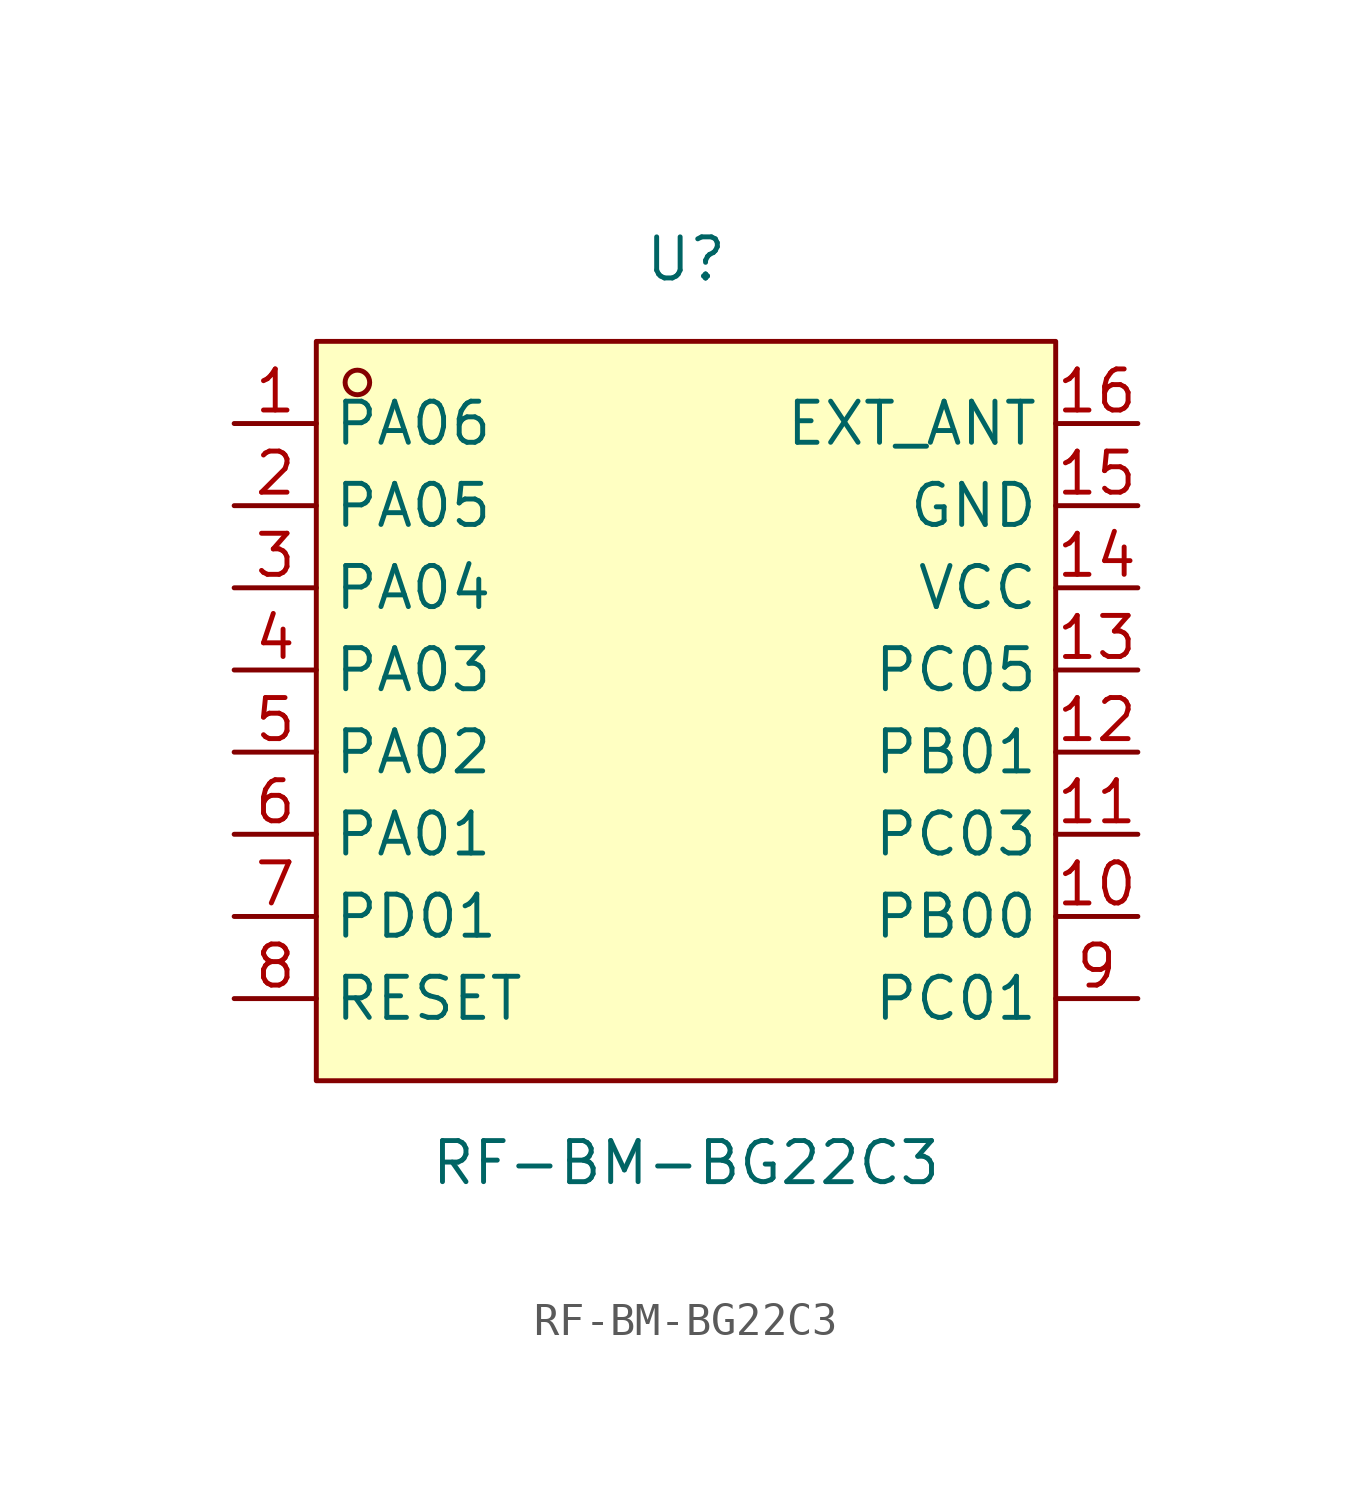
<source format=kicad_sym>
(kicad_symbol_lib
  (version 20211014)
  (generator https://github.com/uPesy/easyeda2kicad.py)
  (symbol "RF-BM-BG22C3"
    (property "Reference" "U"
      (at 0 13.97 0)
      (effects (font (size 1.27 1.27))))
    (property "Value" "RF-BM-BG22C3"
      (at 0 -13.97 0)
      (effects (font (size 1.27 1.27))))
    (symbol "RF-BM-BG22C3_0_1"
      (rectangle (start -11.43 11.43) (end 11.43 -11.43) (stroke (width 0) (type default) (color 0 0 0 0)) (fill (type background)))
      (circle (center -10.16 10.16) (radius 0.38) (stroke (width 0) (type default) (color 0 0 0 0)) (fill (type none)))
      (pin unspecified line (at -13.97 8.89 0) (length 2.54) (name "PA06" (effects (font (size 1.27 1.27)))) (number "1" (effects (font (size 1.27 1.27)))))
      (pin unspecified line (at -13.97 6.35 0) (length 2.54) (name "PA05" (effects (font (size 1.27 1.27)))) (number "2" (effects (font (size 1.27 1.27)))))
      (pin unspecified line (at -13.97 3.81 0) (length 2.54) (name "PA04" (effects (font (size 1.27 1.27)))) (number "3" (effects (font (size 1.27 1.27)))))
      (pin unspecified line (at -13.97 1.27 0) (length 2.54) (name "PA03" (effects (font (size 1.27 1.27)))) (number "4" (effects (font (size 1.27 1.27)))))
      (pin unspecified line (at -13.97 -1.27 0) (length 2.54) (name "PA02" (effects (font (size 1.27 1.27)))) (number "5" (effects (font (size 1.27 1.27)))))
      (pin unspecified line (at -13.97 -3.81 0) (length 2.54) (name "PA01" (effects (font (size 1.27 1.27)))) (number "6" (effects (font (size 1.27 1.27)))))
      (pin unspecified line (at -13.97 -6.35 0) (length 2.54) (name "PD01" (effects (font (size 1.27 1.27)))) (number "7" (effects (font (size 1.27 1.27)))))
      (pin unspecified line (at -13.97 -8.89 0) (length 2.54) (name "RESET" (effects (font (size 1.27 1.27)))) (number "8" (effects (font (size 1.27 1.27)))))
      (pin unspecified line (at 13.97 -8.89 180) (length 2.54) (name "PC01" (effects (font (size 1.27 1.27)))) (number "9" (effects (font (size 1.27 1.27)))))
      (pin unspecified line (at 13.97 -6.35 180) (length 2.54) (name "PB00" (effects (font (size 1.27 1.27)))) (number "10" (effects (font (size 1.27 1.27)))))
      (pin unspecified line (at 13.97 -3.81 180) (length 2.54) (name "PC03" (effects (font (size 1.27 1.27)))) (number "11" (effects (font (size 1.27 1.27)))))
      (pin unspecified line (at 13.97 -1.27 180) (length 2.54) (name "PB01" (effects (font (size 1.27 1.27)))) (number "12" (effects (font (size 1.27 1.27)))))
      (pin unspecified line (at 13.97 1.27 180) (length 2.54) (name "PC05" (effects (font (size 1.27 1.27)))) (number "13" (effects (font (size 1.27 1.27)))))
      (pin unspecified line (at 13.97 3.81 180) (length 2.54) (name "VCC" (effects (font (size 1.27 1.27)))) (number "14" (effects (font (size 1.27 1.27)))))
      (pin unspecified line (at 13.97 6.35 180) (length 2.54) (name "GND" (effects (font (size 1.27 1.27)))) (number "15" (effects (font (size 1.27 1.27)))))
      (pin unspecified line (at 13.97 8.89 180) (length 2.54) (name "EXT_ANT" (effects (font (size 1.27 1.27)))) (number "16" (effects (font (size 1.27 1.27))))))))
</source>
